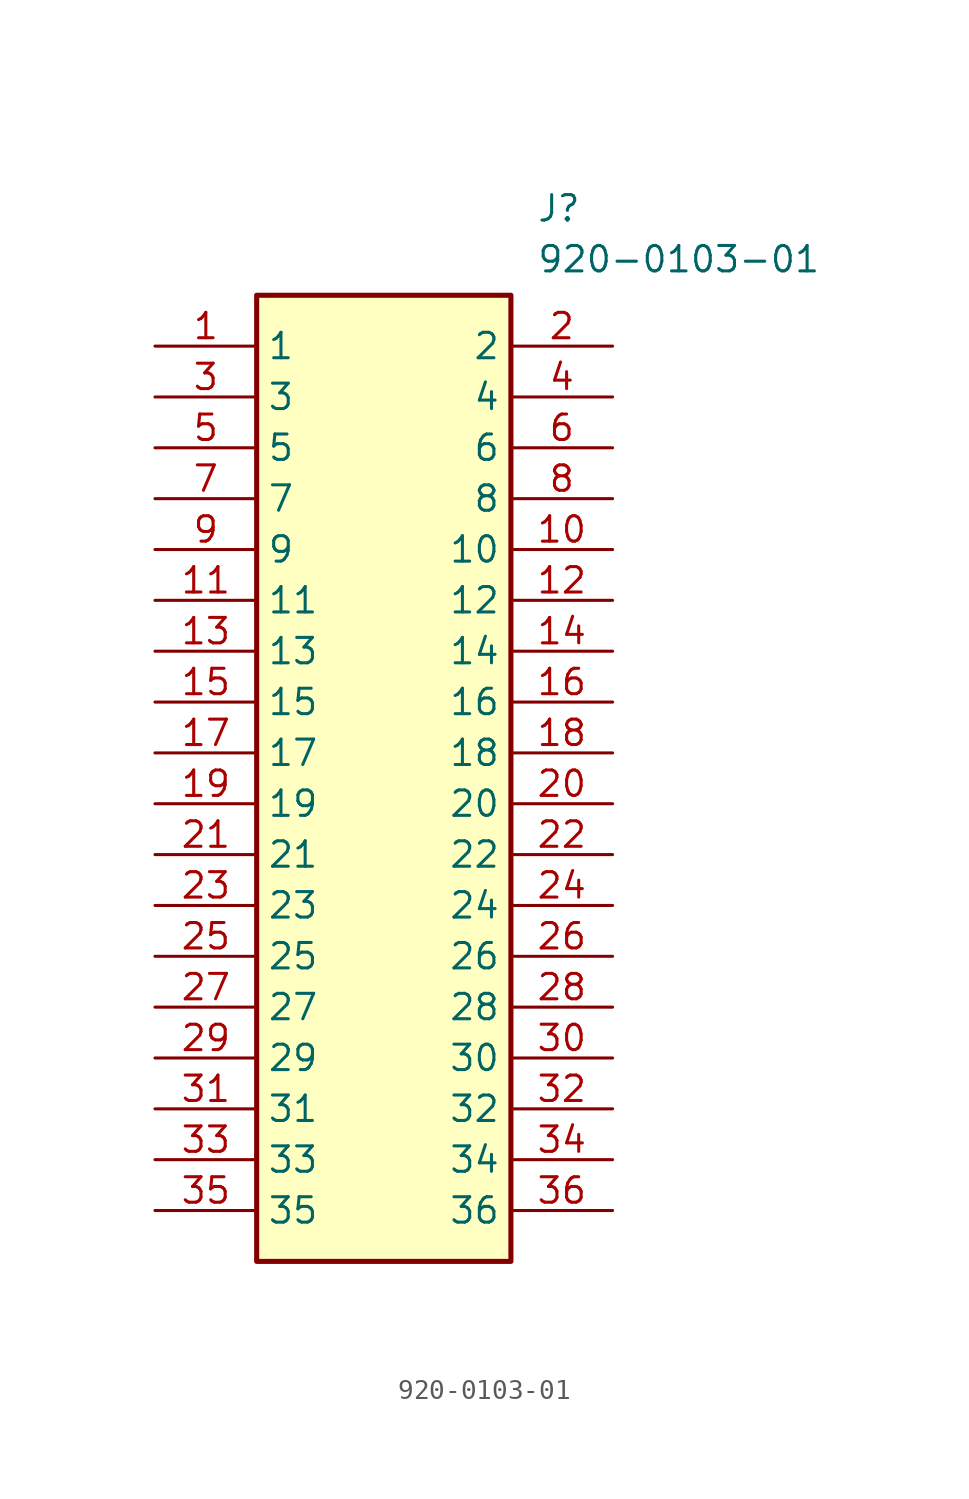
<source format=kicad_sym>
(kicad_symbol_lib
  (version 20211014)
  (generator SamacSys_ECAD_Model)
  (symbol "920-0103-01"
    (property "Reference" "J"
      (at 19.05 7.62 0)
      (effects (font (size 1.27 1.27)) (justify left top)))
    (property "Value" "920-0103-01"
      (at 19.05 5.08 0)
      (effects (font (size 1.27 1.27)) (justify left top)))
    (rectangle
      (start 5.08 2.54)
      (end 17.78 -45.72)
      (stroke (width 0.254) (type default))
      (fill (type background)))
    (pin passive line
      (at 0 0 0)
      (length 5.08)
      (name "1" (effects (font (size 1.27 1.27))))
      (number "1" (effects (font (size 1.27 1.27)))))
    (pin passive line
      (at 0 -2.54 0)
      (length 5.08)
      (name "3" (effects (font (size 1.27 1.27))))
      (number "3" (effects (font (size 1.27 1.27)))))
    (pin passive line
      (at 0 -5.08 0)
      (length 5.08)
      (name "5" (effects (font (size 1.27 1.27))))
      (number "5" (effects (font (size 1.27 1.27)))))
    (pin passive line
      (at 0 -7.62 0)
      (length 5.08)
      (name "7" (effects (font (size 1.27 1.27))))
      (number "7" (effects (font (size 1.27 1.27)))))
    (pin passive line
      (at 0 -10.16 0)
      (length 5.08)
      (name "9" (effects (font (size 1.27 1.27))))
      (number "9" (effects (font (size 1.27 1.27)))))
    (pin passive line
      (at 0 -12.7 0)
      (length 5.08)
      (name "11" (effects (font (size 1.27 1.27))))
      (number "11" (effects (font (size 1.27 1.27)))))
    (pin passive line
      (at 0 -15.24 0)
      (length 5.08)
      (name "13" (effects (font (size 1.27 1.27))))
      (number "13" (effects (font (size 1.27 1.27)))))
    (pin passive line
      (at 0 -17.78 0)
      (length 5.08)
      (name "15" (effects (font (size 1.27 1.27))))
      (number "15" (effects (font (size 1.27 1.27)))))
    (pin passive line
      (at 0 -20.32 0)
      (length 5.08)
      (name "17" (effects (font (size 1.27 1.27))))
      (number "17" (effects (font (size 1.27 1.27)))))
    (pin passive line
      (at 0 -22.86 0)
      (length 5.08)
      (name "19" (effects (font (size 1.27 1.27))))
      (number "19" (effects (font (size 1.27 1.27)))))
    (pin passive line
      (at 0 -25.4 0)
      (length 5.08)
      (name "21" (effects (font (size 1.27 1.27))))
      (number "21" (effects (font (size 1.27 1.27)))))
    (pin passive line
      (at 0 -27.94 0)
      (length 5.08)
      (name "23" (effects (font (size 1.27 1.27))))
      (number "23" (effects (font (size 1.27 1.27)))))
    (pin passive line
      (at 0 -30.48 0)
      (length 5.08)
      (name "25" (effects (font (size 1.27 1.27))))
      (number "25" (effects (font (size 1.27 1.27)))))
    (pin passive line
      (at 0 -33.02 0)
      (length 5.08)
      (name "27" (effects (font (size 1.27 1.27))))
      (number "27" (effects (font (size 1.27 1.27)))))
    (pin passive line
      (at 0 -35.56 0)
      (length 5.08)
      (name "29" (effects (font (size 1.27 1.27))))
      (number "29" (effects (font (size 1.27 1.27)))))
    (pin passive line
      (at 0 -38.1 0)
      (length 5.08)
      (name "31" (effects (font (size 1.27 1.27))))
      (number "31" (effects (font (size 1.27 1.27)))))
    (pin passive line
      (at 0 -40.64 0)
      (length 5.08)
      (name "33" (effects (font (size 1.27 1.27))))
      (number "33" (effects (font (size 1.27 1.27)))))
    (pin passive line
      (at 0 -43.18 0)
      (length 5.08)
      (name "35" (effects (font (size 1.27 1.27))))
      (number "35" (effects (font (size 1.27 1.27)))))
    (pin passive line
      (at 22.86 0 180)
      (length 5.08)
      (name "2" (effects (font (size 1.27 1.27))))
      (number "2" (effects (font (size 1.27 1.27)))))
    (pin passive line
      (at 22.86 -2.54 180)
      (length 5.08)
      (name "4" (effects (font (size 1.27 1.27))))
      (number "4" (effects (font (size 1.27 1.27)))))
    (pin passive line
      (at 22.86 -5.08 180)
      (length 5.08)
      (name "6" (effects (font (size 1.27 1.27))))
      (number "6" (effects (font (size 1.27 1.27)))))
    (pin passive line
      (at 22.86 -7.62 180)
      (length 5.08)
      (name "8" (effects (font (size 1.27 1.27))))
      (number "8" (effects (font (size 1.27 1.27)))))
    (pin passive line
      (at 22.86 -10.16 180)
      (length 5.08)
      (name "10" (effects (font (size 1.27 1.27))))
      (number "10" (effects (font (size 1.27 1.27)))))
    (pin passive line
      (at 22.86 -12.7 180)
      (length 5.08)
      (name "12" (effects (font (size 1.27 1.27))))
      (number "12" (effects (font (size 1.27 1.27)))))
    (pin passive line
      (at 22.86 -15.24 180)
      (length 5.08)
      (name "14" (effects (font (size 1.27 1.27))))
      (number "14" (effects (font (size 1.27 1.27)))))
    (pin passive line
      (at 22.86 -17.78 180)
      (length 5.08)
      (name "16" (effects (font (size 1.27 1.27))))
      (number "16" (effects (font (size 1.27 1.27)))))
    (pin passive line
      (at 22.86 -20.32 180)
      (length 5.08)
      (name "18" (effects (font (size 1.27 1.27))))
      (number "18" (effects (font (size 1.27 1.27)))))
    (pin passive line
      (at 22.86 -22.86 180)
      (length 5.08)
      (name "20" (effects (font (size 1.27 1.27))))
      (number "20" (effects (font (size 1.27 1.27)))))
    (pin passive line
      (at 22.86 -25.4 180)
      (length 5.08)
      (name "22" (effects (font (size 1.27 1.27))))
      (number "22" (effects (font (size 1.27 1.27)))))
    (pin passive line
      (at 22.86 -27.94 180)
      (length 5.08)
      (name "24" (effects (font (size 1.27 1.27))))
      (number "24" (effects (font (size 1.27 1.27)))))
    (pin passive line
      (at 22.86 -30.48 180)
      (length 5.08)
      (name "26" (effects (font (size 1.27 1.27))))
      (number "26" (effects (font (size 1.27 1.27)))))
    (pin passive line
      (at 22.86 -33.02 180)
      (length 5.08)
      (name "28" (effects (font (size 1.27 1.27))))
      (number "28" (effects (font (size 1.27 1.27)))))
    (pin passive line
      (at 22.86 -35.56 180)
      (length 5.08)
      (name "30" (effects (font (size 1.27 1.27))))
      (number "30" (effects (font (size 1.27 1.27)))))
    (pin passive line
      (at 22.86 -38.1 180)
      (length 5.08)
      (name "32" (effects (font (size 1.27 1.27))))
      (number "32" (effects (font (size 1.27 1.27)))))
    (pin passive line
      (at 22.86 -40.64 180)
      (length 5.08)
      (name "34" (effects (font (size 1.27 1.27))))
      (number "34" (effects (font (size 1.27 1.27)))))
    (pin passive line
      (at 22.86 -43.18 180)
      (length 5.08)
      (name "36" (effects (font (size 1.27 1.27))))
      (number "36" (effects (font (size 1.27 1.27)))))))
</source>
